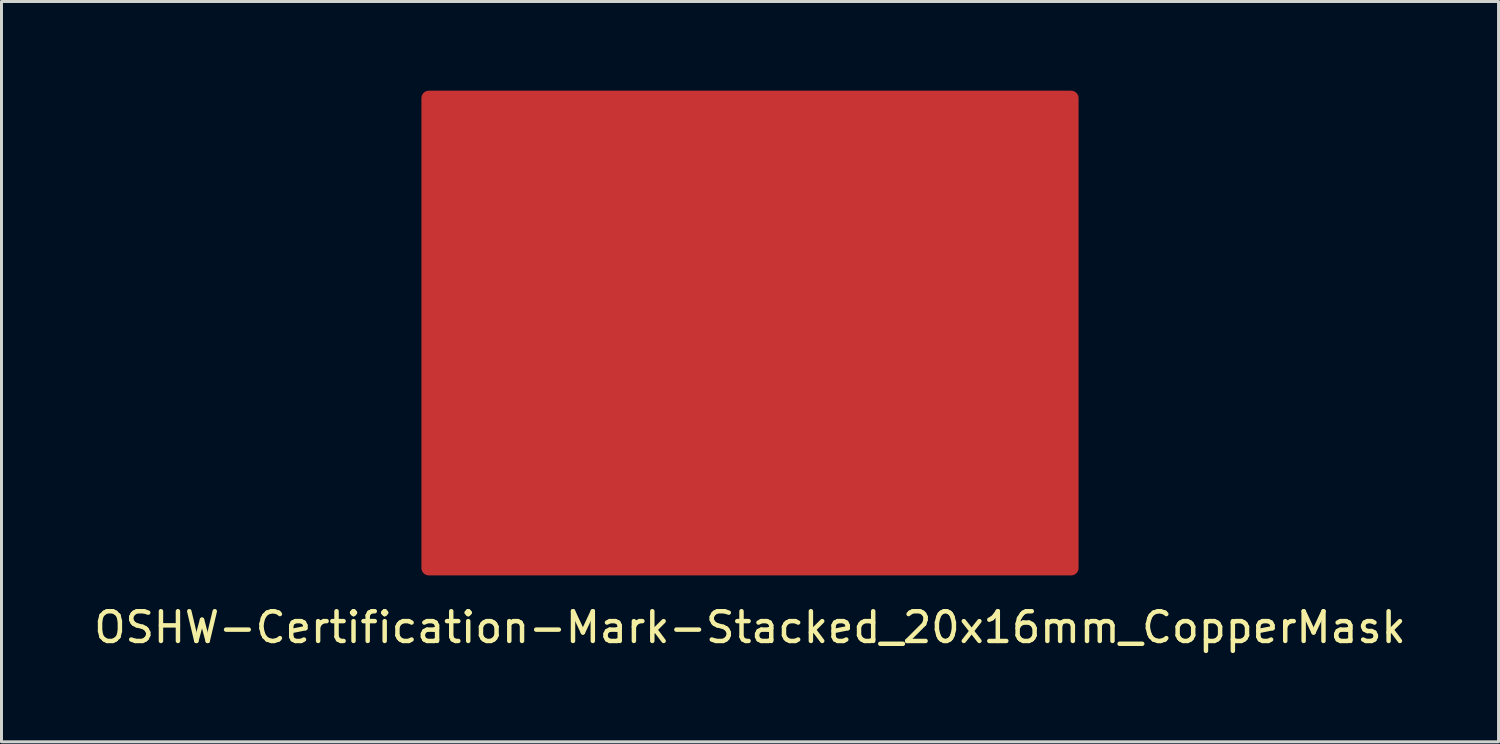
<source format=kicad_pcb>
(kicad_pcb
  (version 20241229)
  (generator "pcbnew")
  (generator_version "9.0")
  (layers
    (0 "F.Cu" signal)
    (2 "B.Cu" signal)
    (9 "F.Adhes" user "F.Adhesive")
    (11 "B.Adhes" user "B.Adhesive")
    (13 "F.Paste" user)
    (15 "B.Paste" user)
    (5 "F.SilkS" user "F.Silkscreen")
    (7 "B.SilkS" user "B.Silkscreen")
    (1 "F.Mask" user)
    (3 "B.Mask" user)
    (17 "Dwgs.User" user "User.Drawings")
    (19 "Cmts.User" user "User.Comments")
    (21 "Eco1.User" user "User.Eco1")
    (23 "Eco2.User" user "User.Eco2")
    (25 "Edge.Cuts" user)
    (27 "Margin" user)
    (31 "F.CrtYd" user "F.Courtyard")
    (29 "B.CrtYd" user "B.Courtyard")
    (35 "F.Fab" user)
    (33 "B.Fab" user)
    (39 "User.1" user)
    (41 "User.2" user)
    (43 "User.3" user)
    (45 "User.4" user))
  (footprint "OSHW-Certification-Mark-Stacked_20x16mm_CopperMask"
    (layer "F.Cu")
    (at 22.172 8.05)
    (property "Reference" "OSHW-Certification-Mark-Stacked_20x16mm_CopperMask" (at 0.000231 10 0) (unlocked yes) (layer "F.SilkS") (effects (font (size 1 1) (thickness 0.15))))
    (attr board_only exclude_from_pos_files exclude_from_bom allow_missing_courtyard)
    (fp_rect (start -10.8 -7.8) (end 10.8 8) (stroke (width 0.5) (type solid)) (fill yes) (layer "F.Cu"))
    (fp_poly (pts (xy -4.785 -1.263) (xy -4.785 -1.263) (xy -4.785 -1.263)) (stroke (width 0) (type solid)) (fill yes) (layer "F.Mask"))
    (fp_poly (pts (xy -1.087 -3.546) (xy -1.087 -3.546) (xy -1.087 -3.546)) (stroke (width 0) (type solid)) (fill yes) (layer "F.Mask"))
    (fp_poly (pts (xy 10.318 3.395) (xy -10.318 3.395) (xy -10.318 -6.124) (xy -10.318 -6.124) (xy 6.651 -6.124) (xy 6.651 -5.285) (xy -9.479 -5.285) (xy -9.479 2.556) (xy 9.479 2.556) (xy 9.497 -6.124) (xy 10.318 -6.124)) (stroke (width 0) (type solid)) (fill yes) (layer "F.Mask"))
    (fp_poly (pts (xy 0.748 -1.708) (xy 2.561 -1.708) (xy 2.561 -3.714) (xy 3.226 -3.714) (xy 3.226 1.179) (xy 2.561 1.179) (xy 2.561 -1.151) (xy 0.748 -1.151) (xy 0.748 1.179) (xy 0.083 1.179) (xy 0.083 -3.714) (xy 0.748 -3.714)) (stroke (width 0) (type solid)) (fill yes) (layer "F.Mask"))
    (fp_poly (pts (xy 6.983 1.179) (xy 6.357 1.179) (xy 5.692 -1.728) (xy 5.03 1.179) (xy 4.403 1.179) (xy 3.672 -3.714) (xy 4.318 -3.714) (xy 4.787 0.258) (xy 5.344 -2.37) (xy 6.036 -2.37) (xy 6.6 0.265) (xy 8.187 -7.35) (xy 8.833 -7.35)) (stroke (width 0) (type solid)) (fill yes) (layer "F.Mask"))
    (fp_poly (pts (xy -6.322 -3.8) (xy -6.223 -3.793) (xy -6.128 -3.781) (xy -6.036 -3.764) (xy -5.947 -3.741) (xy -5.862 -3.714) (xy -5.78 -3.682) (xy -5.701 -3.646) (xy -5.626 -3.604) (xy -5.554 -3.557) (xy -5.485 -3.505) (xy -5.42 -3.449) (xy -5.358 -3.387) (xy -5.299 -3.321) (xy -5.243 -3.25) (xy -5.191 -3.174) (xy -5.142 -3.092) (xy -5.096 -3.006) (xy -5.053 -2.915) (xy -5.014 -2.818) (xy -4.977 -2.717) (xy -4.944 -2.61) (xy -4.914 -2.498) (xy -4.887 -2.381) (xy -4.863 -2.259) (xy -4.842 -2.132) (xy -4.825 -2) (xy -4.81 -1.863) (xy -4.799 -1.72) (xy -4.791 -1.573) (xy -4.787 -1.42) (xy -4.785 -1.263) (xy -4.787 -1.105) (xy -4.791 -0.953) (xy -4.799 -0.806) (xy -4.81 -0.664) (xy -4.825 -0.527) (xy -4.842 -0.395) (xy -4.863 -0.268) (xy -4.887 -0.147) (xy -4.914 -0.03) (xy -4.944 0.082) (xy -4.977 0.188) (xy -5.014 0.29) (xy -5.053 0.386) (xy -5.096 0.477) (xy -5.142 0.564) (xy -5.191 0.645) (xy -5.217 0.684) (xy -5.243 0.721) (xy -5.271 0.757) (xy -5.299 0.792) (xy -5.328 0.826) (xy -5.358 0.859) (xy -5.388 0.89) (xy -5.42 0.92) (xy -5.452 0.949) (xy -5.485 0.977) (xy -5.519 1.003) (xy -5.554 1.028) (xy -5.589 1.052) (xy -5.626 1.075) (xy -5.663 1.097) (xy -5.701 1.117) (xy -5.74 1.136) (xy -5.78 1.154) (xy -5.82 1.17) (xy -5.862 1.186) (xy -5.904 1.2) (xy -5.947 1.213) (xy -5.991 1.225) (xy -6.036 1.235) (xy -6.081 1.244) (xy -6.128 1.252) (xy -6.223 1.264) (xy -6.322 1.272) (xy -6.424 1.274) (xy -6.526 1.272) (xy -6.625 1.265) (xy -6.72 1.252) (xy -6.812 1.235) (xy -6.901 1.213) (xy -6.986 1.186) (xy -7.068 1.154) (xy -7.147 1.118) (xy -7.222 1.076) (xy -7.294 1.03) (xy -7.363 0.978) (xy -7.428 0.922) (xy -7.49 0.861) (xy -7.549 0.795) (xy -7.604 0.724) (xy -7.656 0.648) (xy -7.705 0.567) (xy -7.751 0.481) (xy -7.793 0.39) (xy -7.833 0.294) (xy -7.869 0.193) (xy -7.902 0.086) (xy -7.932 -0.026) (xy -7.959 -0.143) (xy -7.982 -0.265) (xy -8.003 -0.392) (xy -8.02 -0.524) (xy -8.034 -0.661) (xy -8.045 -0.804) (xy -8.053 -0.952) (xy -8.058 -1.105) (xy -8.059 -1.263) (xy -7.368 -1.263) (xy -7.364 -1.003) (xy -7.354 -0.763) (xy -7.337 -0.543) (xy -7.313 -0.341) (xy -7.298 -0.247) (xy -7.282 -0.158) (xy -7.264 -0.074) (xy -7.244 0.005) (xy -7.223 0.08) (xy -7.2 0.149) (xy -7.175 0.214) (xy -7.148 0.275) (xy -7.119 0.331) (xy -7.104 0.357) (xy -7.088 0.383) (xy -7.072 0.408) (xy -7.055 0.432) (xy -7.037 0.455) (xy -7.019 0.477) (xy -7.001 0.498) (xy -6.982 0.518) (xy -6.962 0.538) (xy -6.942 0.556) (xy -6.921 0.574) (xy -6.9 0.591) (xy -6.878 0.606) (xy -6.856 0.621) (xy -6.833 0.635) (xy -6.809 0.648) (xy -6.785 0.66) (xy -6.761 0.672) (xy -6.736 0.682) (xy -6.71 0.692) (xy -6.684 0.7) (xy -6.657 0.708) (xy -6.63 0.715) (xy -6.602 0.721) (xy -6.574 0.725) (xy -6.545 0.73) (xy -6.515 0.733) (xy -6.485 0.735) (xy -6.424 0.737) (xy -6.362 0.735) (xy -6.302 0.73) (xy -6.245 0.721) (xy -6.189 0.708) (xy -6.136 0.692) (xy -6.085 0.672) (xy -6.037 0.649) (xy -5.99 0.622) (xy -5.946 0.592) (xy -5.904 0.557) (xy -5.865 0.52) (xy -5.827 0.479) (xy -5.792 0.434) (xy -5.759 0.385) (xy -5.728 0.333) (xy -5.699 0.278) (xy -5.672 0.218) (xy -5.647 0.153) (xy -5.624 0.083) (xy -5.602 0.008) (xy -5.582 -0.071) (xy -5.564 -0.155) (xy -5.547 -0.244) (xy -5.532 -0.338) (xy -5.519 -0.437) (xy -5.508 -0.541) (xy -5.498 -0.649) (xy -5.491 -0.762) (xy -5.484 -0.88) (xy -5.48 -1.003) (xy -5.477 -1.13) (xy -5.477 -1.263) (xy -5.48 -1.523) (xy -5.491 -1.763) (xy -5.508 -1.985) (xy -5.532 -2.187) (xy -5.547 -2.281) (xy -5.564 -2.37) (xy -5.582 -2.454) (xy -5.602 -2.534) (xy -5.624 -2.608) (xy -5.647 -2.678) (xy -5.672 -2.743) (xy -5.699 -2.803) (xy -5.728 -2.859) (xy -5.743 -2.886) (xy -5.759 -2.912) (xy -5.775 -2.936) (xy -5.792 -2.96) (xy -5.809 -2.983) (xy -5.827 -3.005) (xy -5.846 -3.027) (xy -5.865 -3.047) (xy -5.884 -3.066) (xy -5.904 -3.085) (xy -5.925 -3.103) (xy -5.946 -3.119) (xy -5.968 -3.135) (xy -5.99 -3.15) (xy -6.013 -3.164) (xy -6.037 -3.177) (xy -6.061 -3.189) (xy -6.085 -3.2) (xy -6.111 -3.211) (xy -6.136 -3.22) (xy -6.162 -3.229) (xy -6.189 -3.237) (xy -6.217 -3.243) (xy -6.245 -3.249) (xy -6.273 -3.254) (xy -6.302 -3.258) (xy -6.332 -3.261) (xy -6.362 -3.264) (xy -6.424 -3.265) (xy -6.485 -3.264) (xy -6.545 -3.258) (xy -6.602 -3.249) (xy -6.657 -3.237) (xy -6.71 -3.22) (xy -6.761 -3.2) (xy -6.809 -3.177) (xy -6.856 -3.15) (xy -6.9 -3.119) (xy -6.942 -3.085) (xy -6.982 -3.047) (xy -7.019 -3.005) (xy -7.055 -2.96) (xy -7.088 -2.912) (xy -7.119 -2.859) (xy -7.148 -2.803) (xy -7.175 -2.743) (xy -7.2 -2.678) (xy -7.223 -2.608) (xy -7.244 -2.534) (xy -7.264 -2.454) (xy -7.282 -2.37) (xy -7.298 -2.281) (xy -7.313 -2.187) (xy -7.326 -2.088) (xy -7.337 -1.985) (xy -7.346 -1.877) (xy -7.354 -1.763) (xy -7.36 -1.645) (xy -7.364 -1.523) (xy -7.367 -1.395) (xy -7.368 -1.263) (xy -8.059 -1.263) (xy -8.059 -1.263) (xy -8.058 -1.42) (xy -8.053 -1.573) (xy -8.045 -1.72) (xy -8.034 -1.863) (xy -8.02 -2) (xy -8.003 -2.132) (xy -7.982 -2.259) (xy -7.959 -2.381) (xy -7.932 -2.498) (xy -7.902 -2.61) (xy -7.869 -2.717) (xy -7.833 -2.818) (xy -7.793 -2.915) (xy -7.751 -3.006) (xy -7.705 -3.092) (xy -7.656 -3.174) (xy -7.63 -3.212) (xy -7.604 -3.25) (xy -7.576 -3.286) (xy -7.548 -3.321) (xy -7.519 -3.355) (xy -7.489 -3.387) (xy -7.458 -3.419) (xy -7.427 -3.449) (xy -7.394 -3.478) (xy -7.361 -3.505) (xy -7.327 -3.532) (xy -7.292 -3.557) (xy -7.257 -3.581) (xy -7.22 -3.604) (xy -7.183 -3.625) (xy -7.145 -3.646) (xy -7.106 -3.665) (xy -7.066 -3.682) (xy -7.026 -3.699) (xy -6.984 -3.714) (xy -6.942 -3.729) (xy -6.899 -3.741) (xy -6.855 -3.753) (xy -6.811 -3.764) (xy -6.719 -3.781) (xy -6.624 -3.793) (xy -6.525 -3.8) (xy -6.424 -3.803)) (stroke (width 0) (type solid)) (fill yes) (layer "F.Mask"))
    (fp_poly (pts (xy -2.265 -3.801) (xy -2.193 -3.798) (xy -2.12 -3.793) (xy -2.046 -3.786) (xy -1.972 -3.776) (xy -1.896 -3.765) (xy -1.82 -3.752) (xy -1.742 -3.737) (xy -1.664 -3.72) (xy -1.584 -3.701) (xy -1.504 -3.681) (xy -1.423 -3.658) (xy -1.34 -3.633) (xy -1.257 -3.606) (xy -1.172 -3.577) (xy -1.087 -3.546) (xy -1.087 -2.875) (xy -1.162 -2.921) (xy -1.238 -2.965) (xy -1.313 -3.006) (xy -1.389 -3.044) (xy -1.465 -3.079) (xy -1.541 -3.111) (xy -1.617 -3.14) (xy -1.693 -3.166) (xy -1.769 -3.189) (xy -1.844 -3.209) (xy -1.92 -3.226) (xy -1.996 -3.24) (xy -2.073 -3.251) (xy -2.149 -3.258) (xy -2.226 -3.263) (xy -2.303 -3.265) (xy -2.361 -3.264) (xy -2.417 -3.261) (xy -2.472 -3.257) (xy -2.525 -3.251) (xy -2.576 -3.243) (xy -2.627 -3.234) (xy -2.675 -3.223) (xy -2.722 -3.21) (xy -2.768 -3.195) (xy -2.812 -3.179) (xy -2.854 -3.161) (xy -2.895 -3.141) (xy -2.935 -3.12) (xy -2.972 -3.096) (xy -3.009 -3.072) (xy -3.043 -3.045) (xy -3.076 -3.017) (xy -3.107 -2.988) (xy -3.136 -2.958) (xy -3.162 -2.927) (xy -3.187 -2.895) (xy -3.209 -2.861) (xy -3.229 -2.826) (xy -3.248 -2.79) (xy -3.263 -2.753) (xy -3.277 -2.714) (xy -3.289 -2.675) (xy -3.299 -2.634) (xy -3.306 -2.592) (xy -3.311 -2.548) (xy -3.314 -2.504) (xy -3.316 -2.458) (xy -3.315 -2.418) (xy -3.313 -2.38) (xy -3.309 -2.342) (xy -3.304 -2.306) (xy -3.298 -2.27) (xy -3.291 -2.237) (xy -3.282 -2.204) (xy -3.271 -2.172) (xy -3.26 -2.142) (xy -3.246 -2.113) (xy -3.232 -2.085) (xy -3.216 -2.058) (xy -3.199 -2.033) (xy -3.18 -2.008) (xy -3.16 -1.985) (xy -3.139 -1.963) (xy -3.115 -1.942) (xy -3.089 -1.922) (xy -3.06 -1.901) (xy -3.029 -1.882) (xy -2.996 -1.862) (xy -2.96 -1.843) (xy -2.922 -1.825) (xy -2.881 -1.807) (xy -2.838 -1.789) (xy -2.793 -1.772) (xy -2.745 -1.755) (xy -2.695 -1.739) (xy -2.642 -1.723) (xy -2.587 -1.708) (xy -2.53 -1.693) (xy -2.47 -1.678) (xy -2.122 -1.599) (xy -2.038 -1.579) (xy -1.956 -1.556) (xy -1.877 -1.533) (xy -1.802 -1.508) (xy -1.729 -1.481) (xy -1.659 -1.453) (xy -1.592 -1.424) (xy -1.528 -1.393) (xy -1.466 -1.361) (xy -1.408 -1.327) (xy -1.353 -1.292) (xy -1.3 -1.255) (xy -1.251 -1.217) (xy -1.204 -1.178) (xy -1.16 -1.137) (xy -1.119 -1.095) (xy -1.081 -1.051) (xy -1.046 -1.005) (xy -1.012 -0.957) (xy -0.982 -0.907) (xy -0.953 -0.855) (xy -0.928 -0.801) (xy -0.904 -0.746) (xy -0.883 -0.688) (xy -0.865 -0.629) (xy -0.849 -0.567) (xy -0.835 -0.504) (xy -0.824 -0.438) (xy -0.816 -0.371) (xy -0.81 -0.302) (xy -0.806 -0.23) (xy -0.805 -0.157) (xy -0.806 -0.071) (xy -0.812 0.012) (xy -0.82 0.093) (xy -0.832 0.171) (xy -0.847 0.247) (xy -0.866 0.32) (xy -0.888 0.39) (xy -0.913 0.458) (xy -0.942 0.523) (xy -0.974 0.586) (xy -1.009 0.646) (xy -1.048 0.704) (xy -1.09 0.759) (xy -1.136 0.811) (xy -1.185 0.861) (xy -1.237 0.908) (xy -1.293 0.953) (xy -1.352 0.994) (xy -1.414 1.033) (xy -1.478 1.069) (xy -1.546 1.102) (xy -1.617 1.132) (xy -1.691 1.159) (xy -1.768 1.183) (xy -1.849 1.205) (xy -1.932 1.224) (xy -2.018 1.239) (xy -2.108 1.252) (xy -2.2 1.262) (xy -2.296 1.269) (xy -2.394 1.274) (xy -2.496 1.275) (xy -2.582 1.274) (xy -2.668 1.27) (xy -2.755 1.265) (xy -2.841 1.256) (xy -2.928 1.246) (xy -3.014 1.233) (xy -3.101 1.217) (xy -3.188 1.2) (xy -3.275 1.181) (xy -3.362 1.159) (xy -3.449 1.135) (xy -3.536 1.109) (xy -3.623 1.08) (xy -3.711 1.049) (xy -3.798 1.016) (xy -3.886 0.98) (xy -3.886 0.275) (xy -3.792 0.333) (xy -3.7 0.387) (xy -3.609 0.437) (xy -3.52 0.483) (xy -3.431 0.525) (xy -3.344 0.562) (xy -3.259 0.596) (xy -3.175 0.626) (xy -3.09 0.652) (xy -3.006 0.675) (xy -2.921 0.694) (xy -2.836 0.71) (xy -2.751 0.722) (xy -2.666 0.731) (xy -2.581 0.736) (xy -2.496 0.738) (xy -2.434 0.737) (xy -2.374 0.734) (xy -2.316 0.73) (xy -2.259 0.724) (xy -2.204 0.716) (xy -2.151 0.706) (xy -2.1 0.695) (xy -2.05 0.682) (xy -2.002 0.667) (xy -1.956 0.651) (xy -1.912 0.632) (xy -1.869 0.612) (xy -1.828 0.59) (xy -1.789 0.567) (xy -1.752 0.542) (xy -1.716 0.515) (xy -1.682 0.486) (xy -1.651 0.455) (xy -1.621 0.424) (xy -1.594 0.391) (xy -1.569 0.356) (xy -1.546 0.32) (xy -1.526 0.283) (xy -1.507 0.244) (xy -1.491 0.204) (xy -1.477 0.163) (xy -1.465 0.12) (xy -1.455 0.076) (xy -1.447 0.03) (xy -1.442 -0.017) (xy -1.438 -0.065) (xy -1.437 -0.115) (xy -1.438 -0.16) (xy -1.44 -0.204) (xy -1.444 -0.246) (xy -1.449 -0.287) (xy -1.456 -0.327) (xy -1.465 -0.366) (xy -1.474 -0.403) (xy -1.486 -0.438) (xy -1.499 -0.473) (xy -1.513 -0.506) (xy -1.529 -0.537) (xy -1.546 -0.568) (xy -1.565 -0.596) (xy -1.585 -0.624) (xy -1.607 -0.65) (xy -1.631 -0.675) (xy -1.656 -0.699) (xy -1.683 -0.722) (xy -1.712 -0.745) (xy -1.744 -0.766) (xy -1.777 -0.787) (xy -1.813 -0.808) (xy -1.852 -0.827) (xy -1.892 -0.846) (xy -1.935 -0.865) (xy -1.98 -0.882) (xy -2.027 -0.899) (xy -2.076 -0.915) (xy -2.128 -0.931) (xy -2.182 -0.946) (xy -2.238 -0.96) (xy -2.296 -0.973) (xy -2.65 -1.055) (xy -2.734 -1.075) (xy -2.815 -1.096) (xy -2.893 -1.119) (xy -2.968 -1.142) (xy -3.04 -1.167) (xy -3.109 -1.193) (xy -3.175 -1.22) (xy -3.238 -1.249) (xy -3.299 -1.278) (xy -3.356 -1.309) (xy -3.411 -1.342) (xy -3.463 -1.375) (xy -3.511 -1.41) (xy -3.557 -1.445) (xy -3.6 -1.482) (xy -3.64 -1.521) (xy -3.677 -1.561) (xy -3.712 -1.602) (xy -3.745 -1.645) (xy -3.775 -1.69) (xy -3.802 -1.736) (xy -3.828 -1.784) (xy -3.851 -1.834) (xy -3.871 -1.885) (xy -3.889 -1.939) (xy -3.905 -1.993) (xy -3.918 -2.05) (xy -3.929 -2.108) (xy -3.937 -2.167) (xy -3.943 -2.229) (xy -3.947 -2.292) (xy -3.948 -2.357) (xy -3.946 -2.438) (xy -3.941 -2.516) (xy -3.933 -2.593) (xy -3.921 -2.668) (xy -3.905 -2.741) (xy -3.886 -2.811) (xy -3.864 -2.88) (xy -3.838 -2.947) (xy -3.809 -3.011) (xy -3.777 -3.074) (xy -3.741 -3.134) (xy -3.701 -3.192) (xy -3.658 -3.249) (xy -3.612 -3.303) (xy -3.562 -3.355) (xy -3.509 -3.405) (xy -3.452 -3.454) (xy -3.394 -3.498) (xy -3.333 -3.54) (xy -3.27 -3.579) (xy -3.204 -3.615) (xy -3.136 -3.647) (xy -3.067 -3.677) (xy -2.994 -3.703) (xy -2.92 -3.726) (xy -2.843 -3.746) (xy -2.764 -3.763) (xy -2.683 -3.777) (xy -2.599 -3.788) (xy -2.514 -3.796) (xy -2.426 -3.801) (xy -2.335 -3.802)) (stroke (width 0) (type solid)) (fill yes) (layer "F.Mask"))
    (fp_text user "XX000000" (at 0 7.4 0) (unlocked yes) (layer "F.Mask") (effects (font (size 2.7 2.7) (thickness 0.3)) (justify bottom))))
  (gr_rect
    (start -3 -3)
    (end 47.345 21.898)
    (stroke (width 0.1) (type default))
    (fill no)
    (layer "Edge.Cuts")))
</source>
